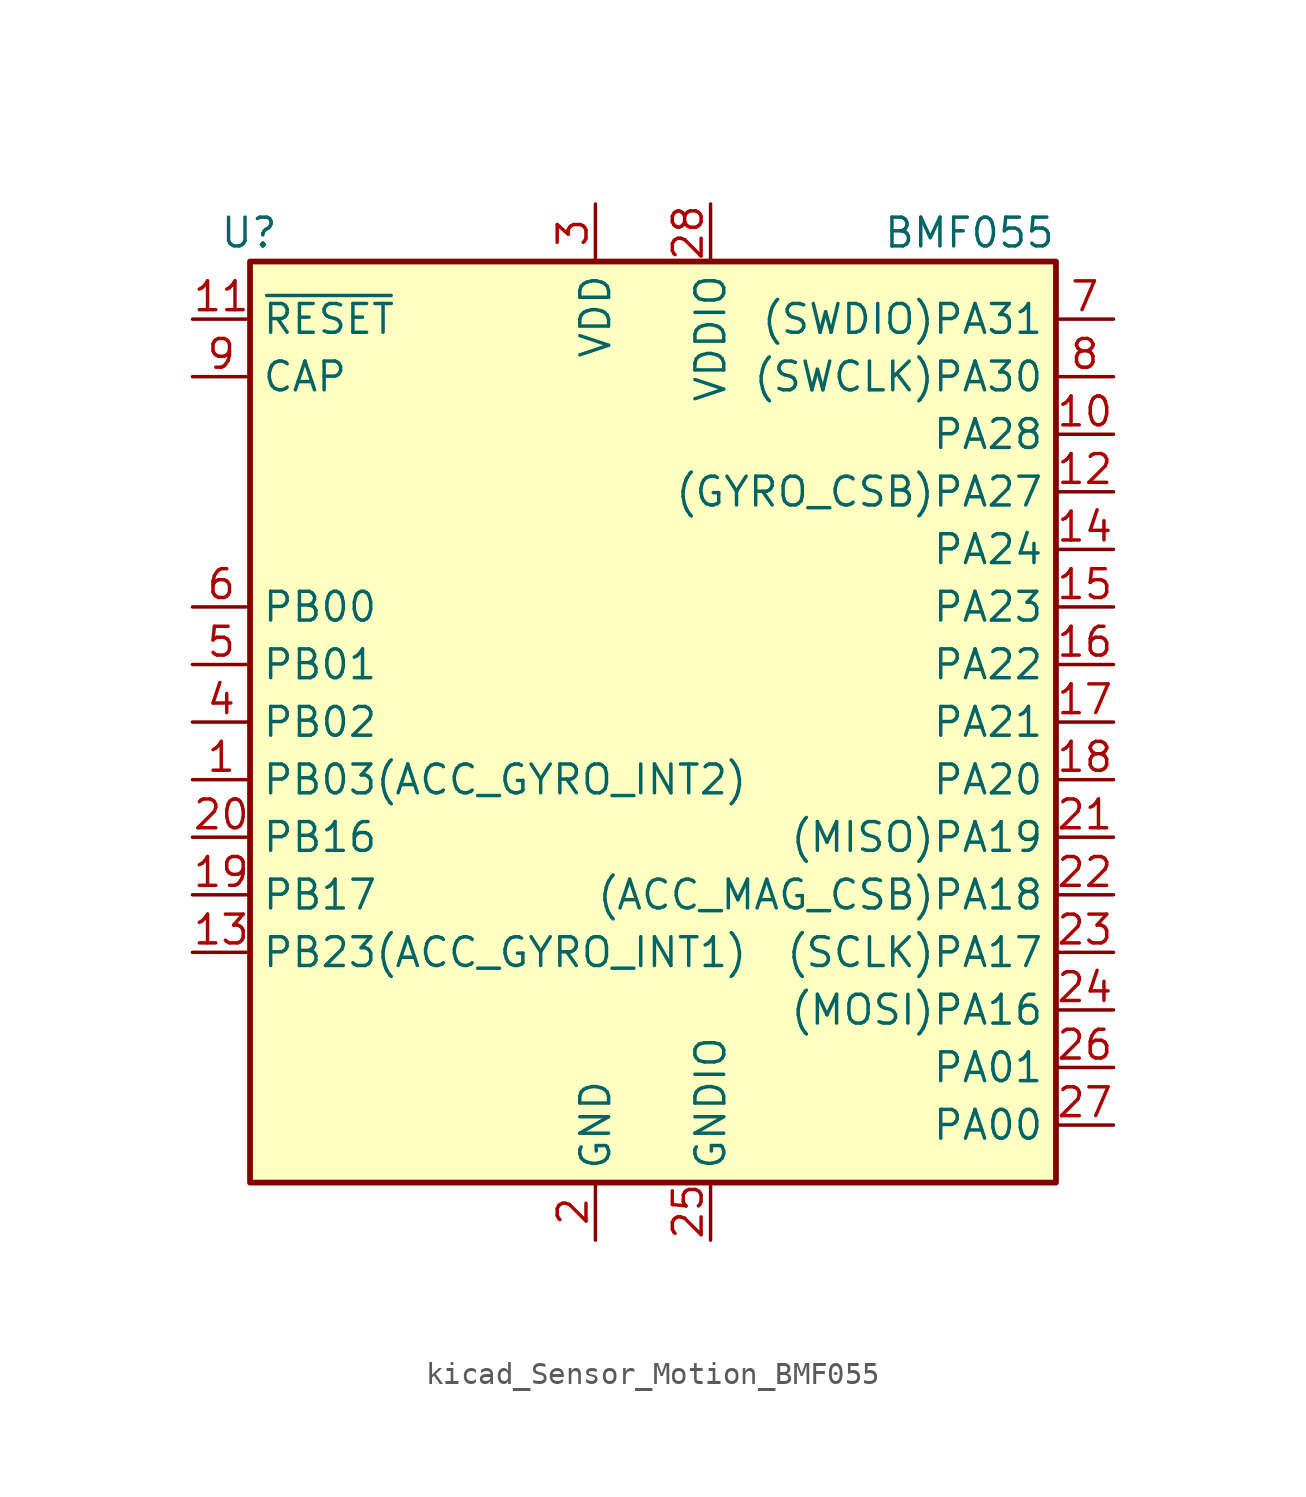
<source format=kicad_sym>
(kicad_symbol_lib
  (version 20220914)
  (generator kicad_symbol_editor)
  (symbol "kicad_Sensor_Motion_BMF055"
    (property "Reference" "U"
      (at -16.51 21.59 0)
      (effects (font (size 1.27 1.27)) (justify right)))
    (property "Value" "BMF055"
      (at 17.78 21.59 0)
      (effects (font (size 1.27 1.27)) (justify right)))
    (symbol "kicad_Sensor_Motion_BMF055_0_1"
      (rectangle (start -17.78 20.32) (end 17.78 -20.32) (stroke (width 0.254) (type default)) (fill (type background))))
    (symbol "kicad_Sensor_Motion_BMF055_1_1"
      (pin bidirectional line (at -20.32 -2.54 0) (length 2.54) (name "PB03(ACC_GYRO_INT2)" (effects (font (size 1.27 1.27)))) (number "1" (effects (font (size 1.27 1.27)))))
      (pin bidirectional line (at 20.32 12.7 180) (length 2.54) (name "PA28" (effects (font (size 1.27 1.27)))) (number "10" (effects (font (size 1.27 1.27)))))
      (pin input line (at -20.32 17.78 0) (length 2.54) (name "~{RESET}" (effects (font (size 1.27 1.27)))) (number "11" (effects (font (size 1.27 1.27)))))
      (pin bidirectional line (at 20.32 10.16 180) (length 2.54) (name "(GYRO_CSB)PA27" (effects (font (size 1.27 1.27)))) (number "12" (effects (font (size 1.27 1.27)))))
      (pin bidirectional line (at -20.32 -10.16 0) (length 2.54) (name "PB23(ACC_GYRO_INT1)" (effects (font (size 1.27 1.27)))) (number "13" (effects (font (size 1.27 1.27)))))
      (pin input line (at 20.32 7.62 180) (length 2.54) (name "PA24" (effects (font (size 1.27 1.27)))) (number "14" (effects (font (size 1.27 1.27)))))
      (pin bidirectional line (at 20.32 5.08 180) (length 2.54) (name "PA23" (effects (font (size 1.27 1.27)))) (number "15" (effects (font (size 1.27 1.27)))))
      (pin bidirectional line (at 20.32 2.54 180) (length 2.54) (name "PA22" (effects (font (size 1.27 1.27)))) (number "16" (effects (font (size 1.27 1.27)))))
      (pin bidirectional line (at 20.32 0 180) (length 2.54) (name "PA21" (effects (font (size 1.27 1.27)))) (number "17" (effects (font (size 1.27 1.27)))))
      (pin bidirectional line (at 20.32 -2.54 180) (length 2.54) (name "PA20" (effects (font (size 1.27 1.27)))) (number "18" (effects (font (size 1.27 1.27)))))
      (pin bidirectional line (at -20.32 -7.62 0) (length 2.54) (name "PB17" (effects (font (size 1.27 1.27)))) (number "19" (effects (font (size 1.27 1.27)))))
      (pin power_in line (at -2.54 -22.86 90) (length 2.54) (name "GND" (effects (font (size 1.27 1.27)))) (number "2" (effects (font (size 1.27 1.27)))))
      (pin bidirectional line (at -20.32 -5.08 0) (length 2.54) (name "PB16" (effects (font (size 1.27 1.27)))) (number "20" (effects (font (size 1.27 1.27)))))
      (pin bidirectional line (at 20.32 -5.08 180) (length 2.54) (name "(MISO)PA19" (effects (font (size 1.27 1.27)))) (number "21" (effects (font (size 1.27 1.27)))))
      (pin bidirectional line (at 20.32 -7.62 180) (length 2.54) (name "(ACC_MAG_CSB)PA18" (effects (font (size 1.27 1.27)))) (number "22" (effects (font (size 1.27 1.27)))))
      (pin bidirectional line (at 20.32 -10.16 180) (length 2.54) (name "(SCLK)PA17" (effects (font (size 1.27 1.27)))) (number "23" (effects (font (size 1.27 1.27)))))
      (pin bidirectional line (at 20.32 -12.7 180) (length 2.54) (name "(MOSI)PA16" (effects (font (size 1.27 1.27)))) (number "24" (effects (font (size 1.27 1.27)))))
      (pin power_in line (at 2.54 -22.86 90) (length 2.54) (name "GNDIO" (effects (font (size 1.27 1.27)))) (number "25" (effects (font (size 1.27 1.27)))))
      (pin bidirectional line (at 20.32 -15.24 180) (length 2.54) (name "PA01" (effects (font (size 1.27 1.27)))) (number "26" (effects (font (size 1.27 1.27)))))
      (pin bidirectional line (at 20.32 -17.78 180) (length 2.54) (name "PA00" (effects (font (size 1.27 1.27)))) (number "27" (effects (font (size 1.27 1.27)))))
      (pin power_in line (at 2.54 22.86 270) (length 2.54) (name "VDDIO" (effects (font (size 1.27 1.27)))) (number "28" (effects (font (size 1.27 1.27)))))
      (pin power_in line (at -2.54 22.86 270) (length 2.54) (name "VDD" (effects (font (size 1.27 1.27)))) (number "3" (effects (font (size 1.27 1.27)))))
      (pin bidirectional line (at -20.32 0 0) (length 2.54) (name "PB02" (effects (font (size 1.27 1.27)))) (number "4" (effects (font (size 1.27 1.27)))))
      (pin bidirectional line (at -20.32 2.54 0) (length 2.54) (name "PB01" (effects (font (size 1.27 1.27)))) (number "5" (effects (font (size 1.27 1.27)))))
      (pin bidirectional line (at -20.32 5.08 0) (length 2.54) (name "PB00" (effects (font (size 1.27 1.27)))) (number "6" (effects (font (size 1.27 1.27)))))
      (pin bidirectional line (at 20.32 17.78 180) (length 2.54) (name "(SWDIO)PA31" (effects (font (size 1.27 1.27)))) (number "7" (effects (font (size 1.27 1.27)))))
      (pin bidirectional line (at 20.32 15.24 180) (length 2.54) (name "(SWCLK)PA30" (effects (font (size 1.27 1.27)))) (number "8" (effects (font (size 1.27 1.27)))))
      (pin bidirectional line (at -20.32 15.24 0) (length 2.54) (name "CAP" (effects (font (size 1.27 1.27)))) (number "9" (effects (font (size 1.27 1.27))))))))
</source>
